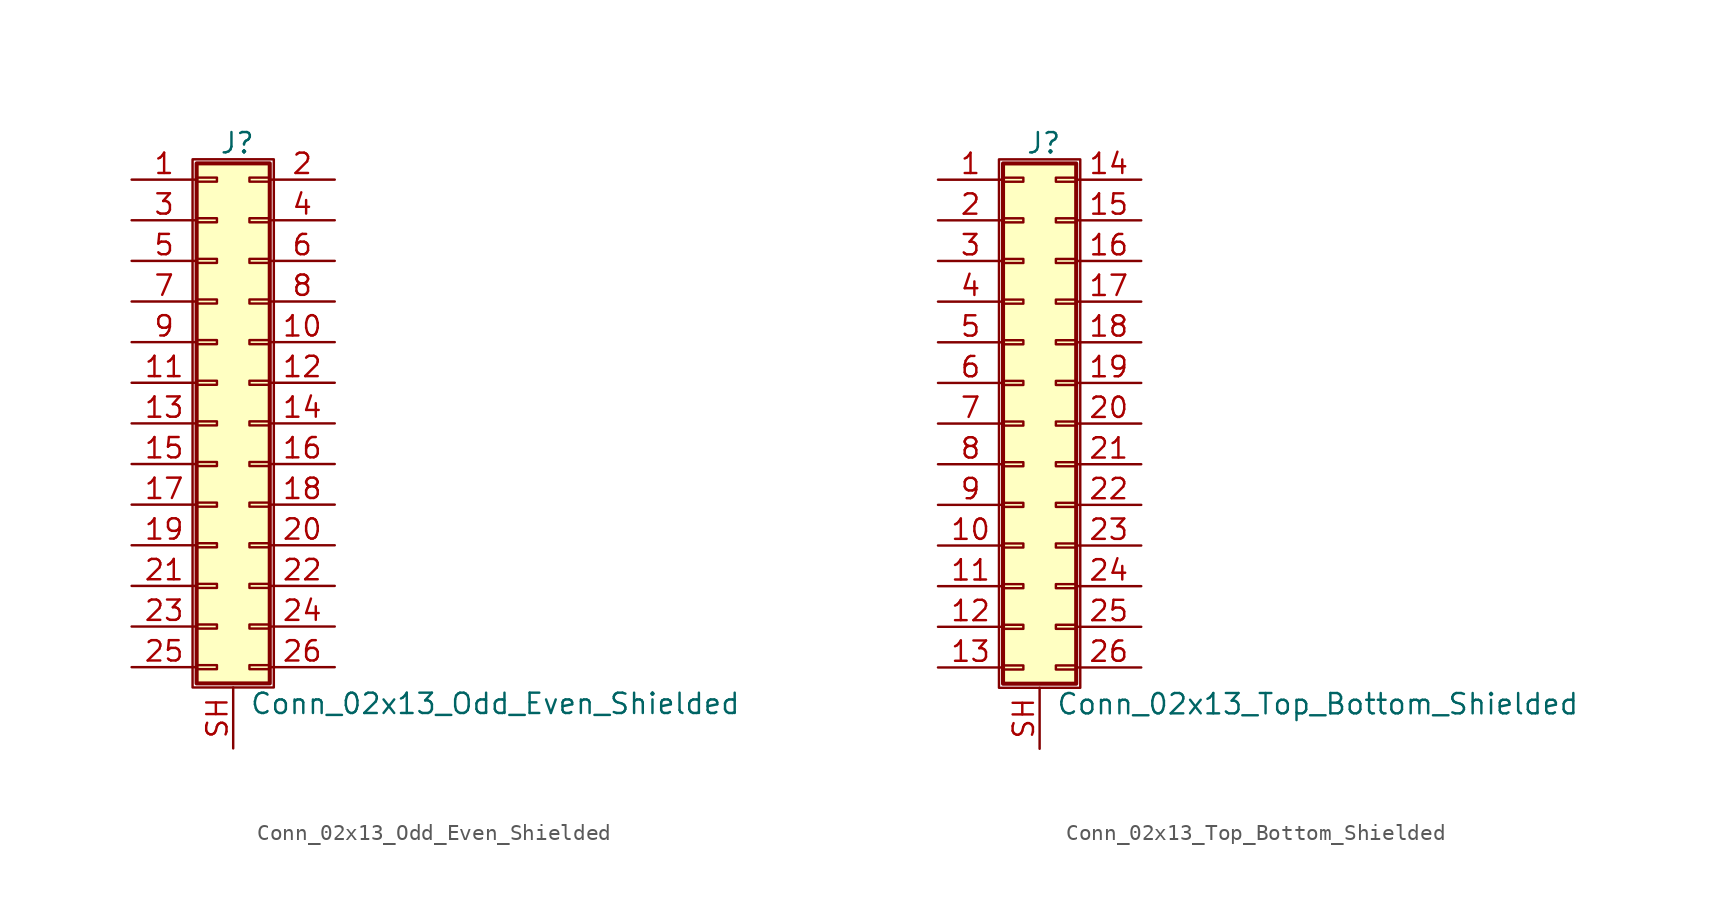
<source format=kicad_sym>
(kicad_symbol_lib
  (version 20211014)
  (generator kicad_symbol_editor)
  (symbol "Conn_02x13_Odd_Even_Shielded"
    (pin_names
      (offset 1.016) hide)
    (property "Reference" "J"
      (at 1.524 17.526 0)
      (effects (font (size 1.27 1.27))))
    (property "Value" "Conn_02x13_Odd_Even_Shielded"
      (at 2.286 -17.526 0)
      (effects (font (size 1.27 1.27)) (justify left)))
    (symbol "Conn_02x13_Odd_Even_Shielded_1_1"
      (rectangle (start -1.27 16.51) (end 3.81 -16.51) (stroke (width 0.152) (type default) (color 0 0 0 0)) (fill (type none)))
      (rectangle (start -1.016 -15.113) (end 0.254 -15.367) (stroke (width 0.152) (type default) (color 0 0 0 0)) (fill (type none)))
      (rectangle (start -1.016 -12.573) (end 0.254 -12.827) (stroke (width 0.152) (type default) (color 0 0 0 0)) (fill (type none)))
      (rectangle (start -1.016 -10.033) (end 0.254 -10.287) (stroke (width 0.152) (type default) (color 0 0 0 0)) (fill (type none)))
      (rectangle (start -1.016 -7.493) (end 0.254 -7.747) (stroke (width 0.152) (type default) (color 0 0 0 0)) (fill (type none)))
      (rectangle (start -1.016 -4.953) (end 0.254 -5.207) (stroke (width 0.152) (type default) (color 0 0 0 0)) (fill (type none)))
      (rectangle (start -1.016 -2.413) (end 0.254 -2.667) (stroke (width 0.152) (type default) (color 0 0 0 0)) (fill (type none)))
      (rectangle (start -1.016 0.127) (end 0.254 -0.127) (stroke (width 0.152) (type default) (color 0 0 0 0)) (fill (type none)))
      (rectangle (start -1.016 2.667) (end 0.254 2.413) (stroke (width 0.152) (type default) (color 0 0 0 0)) (fill (type none)))
      (rectangle (start -1.016 5.207) (end 0.254 4.953) (stroke (width 0.152) (type default) (color 0 0 0 0)) (fill (type none)))
      (rectangle (start -1.016 7.747) (end 0.254 7.493) (stroke (width 0.152) (type default) (color 0 0 0 0)) (fill (type none)))
      (rectangle (start -1.016 10.287) (end 0.254 10.033) (stroke (width 0.152) (type default) (color 0 0 0 0)) (fill (type none)))
      (rectangle (start -1.016 12.827) (end 0.254 12.573) (stroke (width 0.152) (type default) (color 0 0 0 0)) (fill (type none)))
      (rectangle (start -1.016 15.367) (end 0.254 15.113) (stroke (width 0.152) (type default) (color 0 0 0 0)) (fill (type none)))
      (rectangle (start -1.016 16.256) (end 3.556 -16.256) (stroke (width 0.254) (type default) (color 0 0 0 0)) (fill (type background)))
      (rectangle (start 3.556 -15.113) (end 2.286 -15.367) (stroke (width 0.152) (type default) (color 0 0 0 0)) (fill (type none)))
      (rectangle (start 3.556 -12.573) (end 2.286 -12.827) (stroke (width 0.152) (type default) (color 0 0 0 0)) (fill (type none)))
      (rectangle (start 3.556 -10.033) (end 2.286 -10.287) (stroke (width 0.152) (type default) (color 0 0 0 0)) (fill (type none)))
      (rectangle (start 3.556 -7.493) (end 2.286 -7.747) (stroke (width 0.152) (type default) (color 0 0 0 0)) (fill (type none)))
      (rectangle (start 3.556 -4.953) (end 2.286 -5.207) (stroke (width 0.152) (type default) (color 0 0 0 0)) (fill (type none)))
      (rectangle (start 3.556 -2.413) (end 2.286 -2.667) (stroke (width 0.152) (type default) (color 0 0 0 0)) (fill (type none)))
      (rectangle (start 3.556 0.127) (end 2.286 -0.127) (stroke (width 0.152) (type default) (color 0 0 0 0)) (fill (type none)))
      (rectangle (start 3.556 2.667) (end 2.286 2.413) (stroke (width 0.152) (type default) (color 0 0 0 0)) (fill (type none)))
      (rectangle (start 3.556 5.207) (end 2.286 4.953) (stroke (width 0.152) (type default) (color 0 0 0 0)) (fill (type none)))
      (rectangle (start 3.556 7.747) (end 2.286 7.493) (stroke (width 0.152) (type default) (color 0 0 0 0)) (fill (type none)))
      (rectangle (start 3.556 10.287) (end 2.286 10.033) (stroke (width 0.152) (type default) (color 0 0 0 0)) (fill (type none)))
      (rectangle (start 3.556 12.827) (end 2.286 12.573) (stroke (width 0.152) (type default) (color 0 0 0 0)) (fill (type none)))
      (rectangle (start 3.556 15.367) (end 2.286 15.113) (stroke (width 0.152) (type default) (color 0 0 0 0)) (fill (type none)))
      (pin passive line (at -5.08 15.24 0) (length 4.064) (name "Pin_1" (effects (font (size 1.27 1.27)))) (number "1" (effects (font (size 1.27 1.27)))))
      (pin passive line (at 7.62 5.08 180) (length 4.064) (name "Pin_10" (effects (font (size 1.27 1.27)))) (number "10" (effects (font (size 1.27 1.27)))))
      (pin passive line (at -5.08 2.54 0) (length 4.064) (name "Pin_11" (effects (font (size 1.27 1.27)))) (number "11" (effects (font (size 1.27 1.27)))))
      (pin passive line (at 7.62 2.54 180) (length 4.064) (name "Pin_12" (effects (font (size 1.27 1.27)))) (number "12" (effects (font (size 1.27 1.27)))))
      (pin passive line (at -5.08 0 0) (length 4.064) (name "Pin_13" (effects (font (size 1.27 1.27)))) (number "13" (effects (font (size 1.27 1.27)))))
      (pin passive line (at 7.62 0 180) (length 4.064) (name "Pin_14" (effects (font (size 1.27 1.27)))) (number "14" (effects (font (size 1.27 1.27)))))
      (pin passive line (at -5.08 -2.54 0) (length 4.064) (name "Pin_15" (effects (font (size 1.27 1.27)))) (number "15" (effects (font (size 1.27 1.27)))))
      (pin passive line (at 7.62 -2.54 180) (length 4.064) (name "Pin_16" (effects (font (size 1.27 1.27)))) (number "16" (effects (font (size 1.27 1.27)))))
      (pin passive line (at -5.08 -5.08 0) (length 4.064) (name "Pin_17" (effects (font (size 1.27 1.27)))) (number "17" (effects (font (size 1.27 1.27)))))
      (pin passive line (at 7.62 -5.08 180) (length 4.064) (name "Pin_18" (effects (font (size 1.27 1.27)))) (number "18" (effects (font (size 1.27 1.27)))))
      (pin passive line (at -5.08 -7.62 0) (length 4.064) (name "Pin_19" (effects (font (size 1.27 1.27)))) (number "19" (effects (font (size 1.27 1.27)))))
      (pin passive line (at 7.62 15.24 180) (length 4.064) (name "Pin_2" (effects (font (size 1.27 1.27)))) (number "2" (effects (font (size 1.27 1.27)))))
      (pin passive line (at 7.62 -7.62 180) (length 4.064) (name "Pin_20" (effects (font (size 1.27 1.27)))) (number "20" (effects (font (size 1.27 1.27)))))
      (pin passive line (at -5.08 -10.16 0) (length 4.064) (name "Pin_21" (effects (font (size 1.27 1.27)))) (number "21" (effects (font (size 1.27 1.27)))))
      (pin passive line (at 7.62 -10.16 180) (length 4.064) (name "Pin_22" (effects (font (size 1.27 1.27)))) (number "22" (effects (font (size 1.27 1.27)))))
      (pin passive line (at -5.08 -12.7 0) (length 4.064) (name "Pin_23" (effects (font (size 1.27 1.27)))) (number "23" (effects (font (size 1.27 1.27)))))
      (pin passive line (at 7.62 -12.7 180) (length 4.064) (name "Pin_24" (effects (font (size 1.27 1.27)))) (number "24" (effects (font (size 1.27 1.27)))))
      (pin passive line (at -5.08 -15.24 0) (length 4.064) (name "Pin_25" (effects (font (size 1.27 1.27)))) (number "25" (effects (font (size 1.27 1.27)))))
      (pin passive line (at 7.62 -15.24 180) (length 4.064) (name "Pin_26" (effects (font (size 1.27 1.27)))) (number "26" (effects (font (size 1.27 1.27)))))
      (pin passive line (at -5.08 12.7 0) (length 4.064) (name "Pin_3" (effects (font (size 1.27 1.27)))) (number "3" (effects (font (size 1.27 1.27)))))
      (pin passive line (at 7.62 12.7 180) (length 4.064) (name "Pin_4" (effects (font (size 1.27 1.27)))) (number "4" (effects (font (size 1.27 1.27)))))
      (pin passive line (at -5.08 10.16 0) (length 4.064) (name "Pin_5" (effects (font (size 1.27 1.27)))) (number "5" (effects (font (size 1.27 1.27)))))
      (pin passive line (at 7.62 10.16 180) (length 4.064) (name "Pin_6" (effects (font (size 1.27 1.27)))) (number "6" (effects (font (size 1.27 1.27)))))
      (pin passive line (at -5.08 7.62 0) (length 4.064) (name "Pin_7" (effects (font (size 1.27 1.27)))) (number "7" (effects (font (size 1.27 1.27)))))
      (pin passive line (at 7.62 7.62 180) (length 4.064) (name "Pin_8" (effects (font (size 1.27 1.27)))) (number "8" (effects (font (size 1.27 1.27)))))
      (pin passive line (at -5.08 5.08 0) (length 4.064) (name "Pin_9" (effects (font (size 1.27 1.27)))) (number "9" (effects (font (size 1.27 1.27)))))
      (pin passive line (at 1.27 -20.32 90) (length 3.81) (name "Shield" (effects (font (size 1.27 1.27)))) (number "SH" (effects (font (size 1.27 1.27)))))))
  (symbol "Conn_02x13_Top_Bottom_Shielded"
    (pin_names
      (offset 1.016) hide)
    (property "Reference" "J"
      (at 1.524 17.526 0)
      (effects (font (size 1.27 1.27))))
    (property "Value" "Conn_02x13_Top_Bottom_Shielded"
      (at 2.286 -17.526 0)
      (effects (font (size 1.27 1.27)) (justify left)))
    (symbol "Conn_02x13_Top_Bottom_Shielded_1_1"
      (rectangle (start -1.27 16.51) (end 3.81 -16.51) (stroke (width 0.152) (type default) (color 0 0 0 0)) (fill (type none)))
      (rectangle (start -1.016 -15.113) (end 0.254 -15.367) (stroke (width 0.152) (type default) (color 0 0 0 0)) (fill (type none)))
      (rectangle (start -1.016 -12.573) (end 0.254 -12.827) (stroke (width 0.152) (type default) (color 0 0 0 0)) (fill (type none)))
      (rectangle (start -1.016 -10.033) (end 0.254 -10.287) (stroke (width 0.152) (type default) (color 0 0 0 0)) (fill (type none)))
      (rectangle (start -1.016 -7.493) (end 0.254 -7.747) (stroke (width 0.152) (type default) (color 0 0 0 0)) (fill (type none)))
      (rectangle (start -1.016 -4.953) (end 0.254 -5.207) (stroke (width 0.152) (type default) (color 0 0 0 0)) (fill (type none)))
      (rectangle (start -1.016 -2.413) (end 0.254 -2.667) (stroke (width 0.152) (type default) (color 0 0 0 0)) (fill (type none)))
      (rectangle (start -1.016 0.127) (end 0.254 -0.127) (stroke (width 0.152) (type default) (color 0 0 0 0)) (fill (type none)))
      (rectangle (start -1.016 2.667) (end 0.254 2.413) (stroke (width 0.152) (type default) (color 0 0 0 0)) (fill (type none)))
      (rectangle (start -1.016 5.207) (end 0.254 4.953) (stroke (width 0.152) (type default) (color 0 0 0 0)) (fill (type none)))
      (rectangle (start -1.016 7.747) (end 0.254 7.493) (stroke (width 0.152) (type default) (color 0 0 0 0)) (fill (type none)))
      (rectangle (start -1.016 10.287) (end 0.254 10.033) (stroke (width 0.152) (type default) (color 0 0 0 0)) (fill (type none)))
      (rectangle (start -1.016 12.827) (end 0.254 12.573) (stroke (width 0.152) (type default) (color 0 0 0 0)) (fill (type none)))
      (rectangle (start -1.016 15.367) (end 0.254 15.113) (stroke (width 0.152) (type default) (color 0 0 0 0)) (fill (type none)))
      (rectangle (start -1.016 16.256) (end 3.556 -16.256) (stroke (width 0.254) (type default) (color 0 0 0 0)) (fill (type background)))
      (rectangle (start 3.556 -15.113) (end 2.286 -15.367) (stroke (width 0.152) (type default) (color 0 0 0 0)) (fill (type none)))
      (rectangle (start 3.556 -12.573) (end 2.286 -12.827) (stroke (width 0.152) (type default) (color 0 0 0 0)) (fill (type none)))
      (rectangle (start 3.556 -10.033) (end 2.286 -10.287) (stroke (width 0.152) (type default) (color 0 0 0 0)) (fill (type none)))
      (rectangle (start 3.556 -7.493) (end 2.286 -7.747) (stroke (width 0.152) (type default) (color 0 0 0 0)) (fill (type none)))
      (rectangle (start 3.556 -4.953) (end 2.286 -5.207) (stroke (width 0.152) (type default) (color 0 0 0 0)) (fill (type none)))
      (rectangle (start 3.556 -2.413) (end 2.286 -2.667) (stroke (width 0.152) (type default) (color 0 0 0 0)) (fill (type none)))
      (rectangle (start 3.556 0.127) (end 2.286 -0.127) (stroke (width 0.152) (type default) (color 0 0 0 0)) (fill (type none)))
      (rectangle (start 3.556 2.667) (end 2.286 2.413) (stroke (width 0.152) (type default) (color 0 0 0 0)) (fill (type none)))
      (rectangle (start 3.556 5.207) (end 2.286 4.953) (stroke (width 0.152) (type default) (color 0 0 0 0)) (fill (type none)))
      (rectangle (start 3.556 7.747) (end 2.286 7.493) (stroke (width 0.152) (type default) (color 0 0 0 0)) (fill (type none)))
      (rectangle (start 3.556 10.287) (end 2.286 10.033) (stroke (width 0.152) (type default) (color 0 0 0 0)) (fill (type none)))
      (rectangle (start 3.556 12.827) (end 2.286 12.573) (stroke (width 0.152) (type default) (color 0 0 0 0)) (fill (type none)))
      (rectangle (start 3.556 15.367) (end 2.286 15.113) (stroke (width 0.152) (type default) (color 0 0 0 0)) (fill (type none)))
      (pin passive line (at -5.08 15.24 0) (length 4.064) (name "Pin_1" (effects (font (size 1.27 1.27)))) (number "1" (effects (font (size 1.27 1.27)))))
      (pin passive line (at -5.08 -7.62 0) (length 4.064) (name "Pin_10" (effects (font (size 1.27 1.27)))) (number "10" (effects (font (size 1.27 1.27)))))
      (pin passive line (at -5.08 -10.16 0) (length 4.064) (name "Pin_11" (effects (font (size 1.27 1.27)))) (number "11" (effects (font (size 1.27 1.27)))))
      (pin passive line (at -5.08 -12.7 0) (length 4.064) (name "Pin_12" (effects (font (size 1.27 1.27)))) (number "12" (effects (font (size 1.27 1.27)))))
      (pin passive line (at -5.08 -15.24 0) (length 4.064) (name "Pin_13" (effects (font (size 1.27 1.27)))) (number "13" (effects (font (size 1.27 1.27)))))
      (pin passive line (at 7.62 15.24 180) (length 4.064) (name "Pin_14" (effects (font (size 1.27 1.27)))) (number "14" (effects (font (size 1.27 1.27)))))
      (pin passive line (at 7.62 12.7 180) (length 4.064) (name "Pin_15" (effects (font (size 1.27 1.27)))) (number "15" (effects (font (size 1.27 1.27)))))
      (pin passive line (at 7.62 10.16 180) (length 4.064) (name "Pin_16" (effects (font (size 1.27 1.27)))) (number "16" (effects (font (size 1.27 1.27)))))
      (pin passive line (at 7.62 7.62 180) (length 4.064) (name "Pin_17" (effects (font (size 1.27 1.27)))) (number "17" (effects (font (size 1.27 1.27)))))
      (pin passive line (at 7.62 5.08 180) (length 4.064) (name "Pin_18" (effects (font (size 1.27 1.27)))) (number "18" (effects (font (size 1.27 1.27)))))
      (pin passive line (at 7.62 2.54 180) (length 4.064) (name "Pin_19" (effects (font (size 1.27 1.27)))) (number "19" (effects (font (size 1.27 1.27)))))
      (pin passive line (at -5.08 12.7 0) (length 4.064) (name "Pin_2" (effects (font (size 1.27 1.27)))) (number "2" (effects (font (size 1.27 1.27)))))
      (pin passive line (at 7.62 0 180) (length 4.064) (name "Pin_20" (effects (font (size 1.27 1.27)))) (number "20" (effects (font (size 1.27 1.27)))))
      (pin passive line (at 7.62 -2.54 180) (length 4.064) (name "Pin_21" (effects (font (size 1.27 1.27)))) (number "21" (effects (font (size 1.27 1.27)))))
      (pin passive line (at 7.62 -5.08 180) (length 4.064) (name "Pin_22" (effects (font (size 1.27 1.27)))) (number "22" (effects (font (size 1.27 1.27)))))
      (pin passive line (at 7.62 -7.62 180) (length 4.064) (name "Pin_23" (effects (font (size 1.27 1.27)))) (number "23" (effects (font (size 1.27 1.27)))))
      (pin passive line (at 7.62 -10.16 180) (length 4.064) (name "Pin_24" (effects (font (size 1.27 1.27)))) (number "24" (effects (font (size 1.27 1.27)))))
      (pin passive line (at 7.62 -12.7 180) (length 4.064) (name "Pin_25" (effects (font (size 1.27 1.27)))) (number "25" (effects (font (size 1.27 1.27)))))
      (pin passive line (at 7.62 -15.24 180) (length 4.064) (name "Pin_26" (effects (font (size 1.27 1.27)))) (number "26" (effects (font (size 1.27 1.27)))))
      (pin passive line (at -5.08 10.16 0) (length 4.064) (name "Pin_3" (effects (font (size 1.27 1.27)))) (number "3" (effects (font (size 1.27 1.27)))))
      (pin passive line (at -5.08 7.62 0) (length 4.064) (name "Pin_4" (effects (font (size 1.27 1.27)))) (number "4" (effects (font (size 1.27 1.27)))))
      (pin passive line (at -5.08 5.08 0) (length 4.064) (name "Pin_5" (effects (font (size 1.27 1.27)))) (number "5" (effects (font (size 1.27 1.27)))))
      (pin passive line (at -5.08 2.54 0) (length 4.064) (name "Pin_6" (effects (font (size 1.27 1.27)))) (number "6" (effects (font (size 1.27 1.27)))))
      (pin passive line (at -5.08 0 0) (length 4.064) (name "Pin_7" (effects (font (size 1.27 1.27)))) (number "7" (effects (font (size 1.27 1.27)))))
      (pin passive line (at -5.08 -2.54 0) (length 4.064) (name "Pin_8" (effects (font (size 1.27 1.27)))) (number "8" (effects (font (size 1.27 1.27)))))
      (pin passive line (at -5.08 -5.08 0) (length 4.064) (name "Pin_9" (effects (font (size 1.27 1.27)))) (number "9" (effects (font (size 1.27 1.27)))))
      (pin passive line (at 1.27 -20.32 90) (length 3.81) (name "Shield" (effects (font (size 1.27 1.27)))) (number "SH" (effects (font (size 1.27 1.27))))))))
</source>
